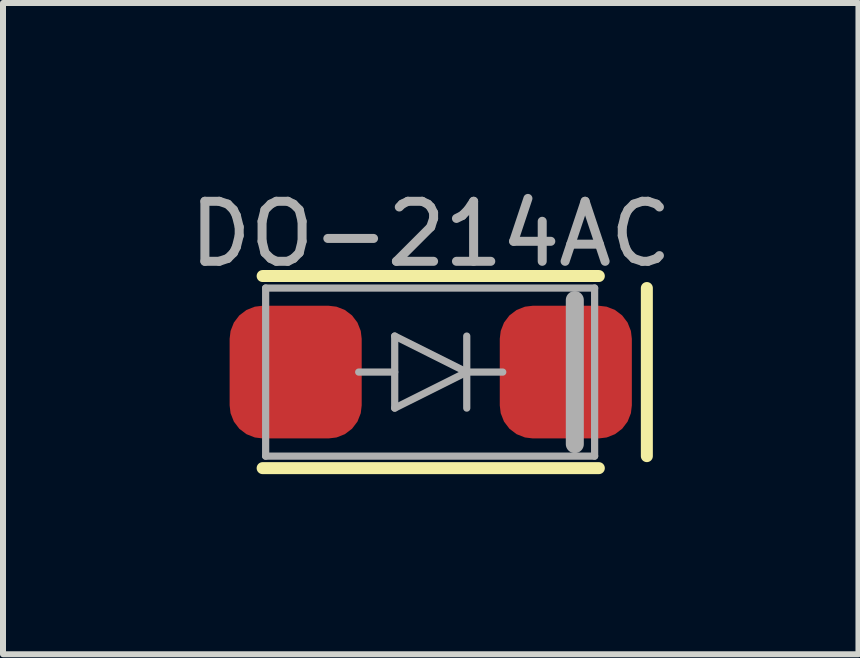
<source format=kicad_pcb>
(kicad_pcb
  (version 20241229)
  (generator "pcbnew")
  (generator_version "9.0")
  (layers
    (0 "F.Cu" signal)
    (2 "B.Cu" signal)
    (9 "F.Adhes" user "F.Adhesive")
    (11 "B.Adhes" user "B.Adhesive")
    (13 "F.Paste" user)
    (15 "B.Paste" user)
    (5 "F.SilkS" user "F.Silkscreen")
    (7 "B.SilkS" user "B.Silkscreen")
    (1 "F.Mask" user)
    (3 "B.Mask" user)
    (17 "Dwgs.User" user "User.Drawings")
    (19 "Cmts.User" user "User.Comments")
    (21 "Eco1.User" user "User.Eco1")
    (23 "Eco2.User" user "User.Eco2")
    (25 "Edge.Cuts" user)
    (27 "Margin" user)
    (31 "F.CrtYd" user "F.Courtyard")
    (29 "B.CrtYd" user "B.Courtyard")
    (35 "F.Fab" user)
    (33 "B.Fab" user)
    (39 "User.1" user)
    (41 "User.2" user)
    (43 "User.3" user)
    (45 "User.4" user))
  (footprint "DO-214AC"
    (layer "F.Cu")
    (at 4.125 3.148)
    (property "Reference" "DO-214AC" (at 0 -2.3 0) (layer "F.Fab") (effects (font (size 1 1) (thickness 0.15))))
    (attr smd)
    (fp_line (start 2.8 -1.6) (end -2.8 -1.6) (stroke (width 0.2) (type solid)) (layer "F.SilkS"))
    (fp_line (start 2.8 1.6) (end -2.8 1.6) (stroke (width 0.2) (type solid)) (layer "F.SilkS"))
    (fp_line (start 3.6 -1.4) (end 3.6 1.4) (stroke (width 0.2) (type solid)) (layer "F.SilkS"))
    (fp_line (start -2.75 -1.4) (end -2.75 1.4) (stroke (width 0.12) (type solid)) (layer "F.Fab"))
    (fp_line (start -2.75 -1.4) (end 2.73 -1.4) (stroke (width 0.12) (type solid)) (layer "F.Fab"))
    (fp_line (start -2.75 1.4) (end 2.73 1.4) (stroke (width 0.12) (type solid)) (layer "F.Fab"))
    (fp_line (start -1.2 0) (end -0.6 0) (stroke (width 0.12) (type solid)) (layer "F.Fab"))
    (fp_line (start -0.6 -0.6) (end -0.6 0.6) (stroke (width 0.12) (type solid)) (layer "F.Fab"))
    (fp_line (start -0.6 0.6) (end 0.6 0) (stroke (width 0.12) (type solid)) (layer "F.Fab"))
    (fp_line (start 0.6 -0.6) (end 0.6 0.6) (stroke (width 0.12) (type solid)) (layer "F.Fab"))
    (fp_line (start 0.6 0) (end -0.6 -0.6) (stroke (width 0.12) (type solid)) (layer "F.Fab"))
    (fp_line (start 0.6 0) (end 1.2 0) (stroke (width 0.12) (type solid)) (layer "F.Fab"))
    (fp_line (start 2.4 -1.2) (end 2.4 1.2) (stroke (width 0.3) (type solid)) (layer "F.Fab"))
    (fp_line (start 2.73 1.4) (end 2.73 -1.4) (stroke (width 0.12) (type solid)) (layer "F.Fab"))
    (pad "1" smd roundrect (at -2.25 0) (size 2.2 2.21) (layers "F.Cu" "F.Mask" "F.Paste") (roundrect_rratio 0.25))
    (pad "2" smd roundrect (at 2.25 0) (size 2.2 2.21) (layers "F.Cu" "F.Mask" "F.Paste") (roundrect_rratio 0.25)))
  (gr_rect
    (start -3 -3)
    (end 11.25 7.848)
    (stroke (width 0.1) (type default))
    (fill no)
    (layer "Edge.Cuts")))
</source>
